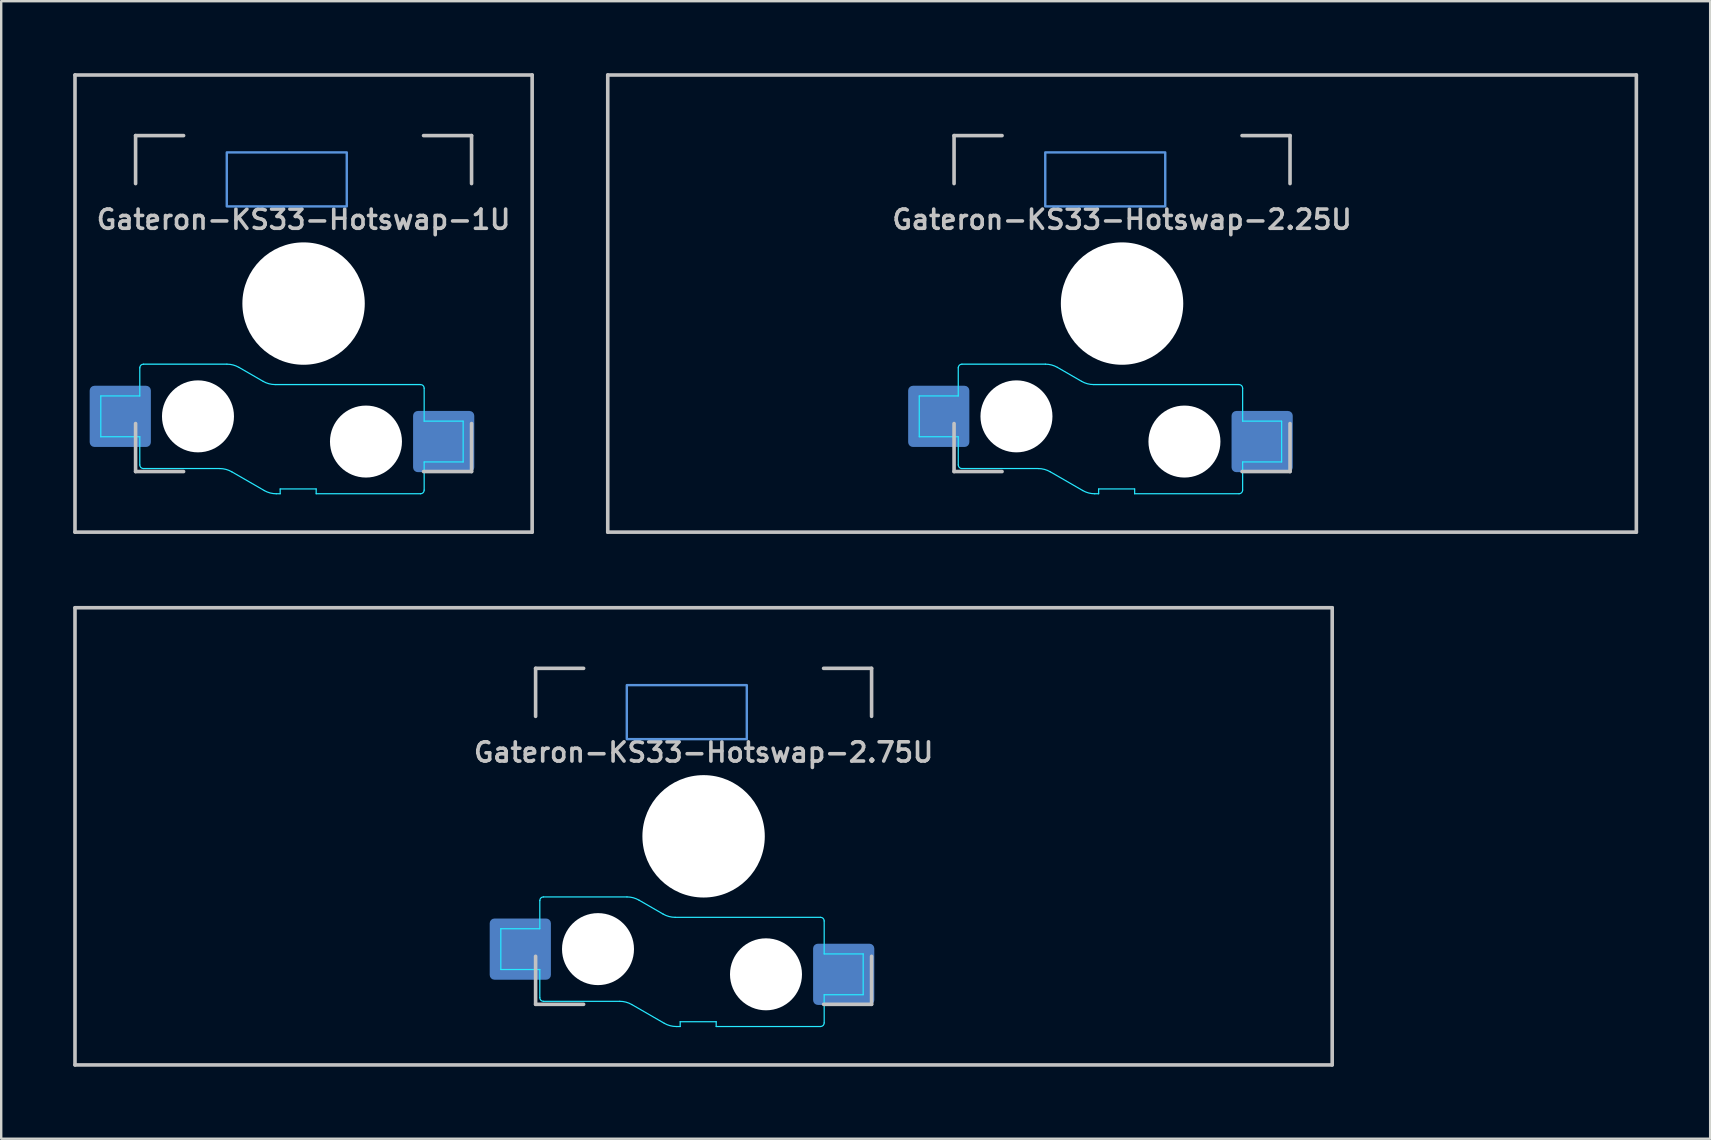
<source format=kicad_pcb>
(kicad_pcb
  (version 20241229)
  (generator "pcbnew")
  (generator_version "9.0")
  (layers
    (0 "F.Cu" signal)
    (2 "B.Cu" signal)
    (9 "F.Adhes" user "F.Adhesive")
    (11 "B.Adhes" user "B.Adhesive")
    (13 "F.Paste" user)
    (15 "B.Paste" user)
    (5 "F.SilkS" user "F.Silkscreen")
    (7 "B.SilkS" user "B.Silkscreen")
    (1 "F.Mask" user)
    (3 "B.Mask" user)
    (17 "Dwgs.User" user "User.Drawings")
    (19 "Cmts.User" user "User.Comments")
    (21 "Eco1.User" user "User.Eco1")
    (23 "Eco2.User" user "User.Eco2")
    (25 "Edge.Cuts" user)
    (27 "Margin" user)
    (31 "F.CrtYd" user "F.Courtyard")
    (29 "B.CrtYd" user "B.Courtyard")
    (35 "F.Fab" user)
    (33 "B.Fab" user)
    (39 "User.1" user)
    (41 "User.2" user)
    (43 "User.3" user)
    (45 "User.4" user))
  (footprint "Gateron-KS33-Hotswap-2.75U"
    (layer "F.Cu")
    (at 26.269 31.8)
    (property "Reference" "Gateron-KS33-Hotswap-2.75U" (at 0 -3.5 0) (layer "Dwgs.User") (effects (font (size 0.8 0.8) (thickness 0.15))))
    (attr smd)
    (fp_line (start -26.194 9.525) (end -26.194 -9.525) (stroke (width 0.15) (type solid)) (layer "Dwgs.User"))
    (fp_line (start -7 -7) (end -7 -5) (stroke (width 0.15) (type solid)) (layer "Dwgs.User"))
    (fp_line (start -7 5) (end -7 7) (stroke (width 0.15) (type solid)) (layer "Dwgs.User"))
    (fp_line (start -7 7) (end -5 7) (stroke (width 0.15) (type solid)) (layer "Dwgs.User"))
    (fp_line (start -5 -7) (end -7 -7) (stroke (width 0.15) (type solid)) (layer "Dwgs.User"))
    (fp_line (start 5 -7) (end 7 -7) (stroke (width 0.15) (type solid)) (layer "Dwgs.User"))
    (fp_line (start 5 7) (end 7 7) (stroke (width 0.15) (type solid)) (layer "Dwgs.User"))
    (fp_line (start 7 -7) (end 7 -5) (stroke (width 0.15) (type solid)) (layer "Dwgs.User"))
    (fp_line (start 7 7) (end 7 5) (stroke (width 0.15) (type solid)) (layer "Dwgs.User"))
    (fp_line (start 26.194 -9.525) (end -26.194 -9.525) (stroke (width 0.15) (type solid)) (layer "Dwgs.User"))
    (fp_line (start 26.194 9.525) (end -26.194 9.525) (stroke (width 0.15) (type solid)) (layer "Dwgs.User"))
    (fp_line (start 26.194 9.525) (end 26.194 -9.525) (stroke (width 0.15) (type solid)) (layer "Dwgs.User"))
    (fp_rect (start -3.2 -6.3) (end 1.8 -4.05) (stroke (width 0.1) (type default)) (fill no) (layer "Cmts.User"))
    (fp_line (start -8.45 3.85) (end -8.45 5.55) (stroke (width 0.05) (type solid)) (layer "B.CrtYd"))
    (fp_line (start -8.45 5.55) (end -6.825 5.55) (stroke (width 0.05) (type solid)) (layer "B.CrtYd"))
    (fp_line (start -6.825 2.675) (end -6.825 3.85) (stroke (width 0.05) (type solid)) (layer "B.CrtYd"))
    (fp_line (start -6.825 3.85) (end -8.45 3.85) (stroke (width 0.05) (type solid)) (layer "B.CrtYd"))
    (fp_line (start -6.825 5.55) (end -6.825 6.725) (stroke (width 0.05) (type solid)) (layer "B.CrtYd"))
    (fp_line (start -6.675 6.875) (end -3.493 6.875) (stroke (width 0.05) (type solid)) (layer "B.CrtYd"))
    (fp_line (start -3.193 2.525) (end -6.675 2.525) (stroke (width 0.05) (type solid)) (layer "B.CrtYd"))
    (fp_line (start -2.993 7.009) (end -1.638 7.791) (stroke (width 0.05) (type solid)) (layer "B.CrtYd"))
    (fp_line (start -1.685 3.241) (end -2.693 2.659) (stroke (width 0.05) (type solid)) (layer "B.CrtYd"))
    (fp_line (start -1.138 7.925) (end -0.975 7.925) (stroke (width 0.05) (type solid)) (layer "B.CrtYd"))
    (fp_line (start -0.975 7.725) (end 0.525 7.725) (stroke (width 0.05) (type solid)) (layer "B.CrtYd"))
    (fp_line (start -0.975 7.925) (end -0.975 7.725) (stroke (width 0.05) (type solid)) (layer "B.CrtYd"))
    (fp_line (start 0.525 7.725) (end 0.525 7.925) (stroke (width 0.05) (type solid)) (layer "B.CrtYd"))
    (fp_line (start 0.525 7.925) (end 4.875 7.925) (stroke (width 0.05) (type solid)) (layer "B.CrtYd"))
    (fp_line (start 4.875 3.375) (end -1.185 3.375) (stroke (width 0.05) (type solid)) (layer "B.CrtYd"))
    (fp_line (start 5.025 4.9) (end 5.025 3.525) (stroke (width 0.05) (type solid)) (layer "B.CrtYd"))
    (fp_line (start 5.025 6.6) (end 6.65 6.6) (stroke (width 0.05) (type solid)) (layer "B.CrtYd"))
    (fp_line (start 5.025 7.775) (end 5.025 6.6) (stroke (width 0.05) (type solid)) (layer "B.CrtYd"))
    (fp_line (start 6.65 4.9) (end 5.025 4.9) (stroke (width 0.05) (type solid)) (layer "B.CrtYd"))
    (fp_line (start 6.65 6.6) (end 6.65 4.9) (stroke (width 0.05) (type solid)) (layer "B.CrtYd"))
    (fp_arc (start -6.825 2.675) (mid -6.781066 2.568934) (end -6.675 2.525) (stroke (width 0.05) (type solid)) (layer "B.CrtYd"))
    (fp_arc (start -6.675 6.875) (mid -6.781066 6.831066) (end -6.825 6.725) (stroke (width 0.05) (type solid)) (layer "B.CrtYd"))
    (fp_arc (start -3.492949 6.875) (mid -3.23413 6.909074) (end -2.992949 7.008975) (stroke (width 0.05) (type solid)) (layer "B.CrtYd"))
    (fp_arc (start -3.192949 2.525) (mid -2.93413 2.559074) (end -2.692949 2.658975) (stroke (width 0.05) (type solid)) (layer "B.CrtYd"))
    (fp_arc (start -1.184808 3.375) (mid -1.443627 3.340926) (end -1.684808 3.241025) (stroke (width 0.05) (type solid)) (layer "B.CrtYd"))
    (fp_arc (start -1.138397 7.925) (mid -1.397216 7.890926) (end -1.638397 7.791025) (stroke (width 0.05) (type solid)) (layer "B.CrtYd"))
    (fp_arc (start 4.875 3.375) (mid 4.981066 3.418934) (end 5.025 3.525) (stroke (width 0.05) (type solid)) (layer "B.CrtYd"))
    (fp_arc (start 5.025 7.775) (mid 4.981066 7.881066) (end 4.875 7.925) (stroke (width 0.05) (type solid)) (layer "B.CrtYd"))
    (pad "" np_thru_hole circle (at -4.4 4.7 180) (size 3 3) (drill 3) (layers "*.Cu" "*.Mask"))
    (pad "" np_thru_hole circle (at 0 0 180) (size 5.1 5.1) (drill 5.1) (layers "*.Cu" "*.Mask"))
    (pad "" np_thru_hole circle (at 2.6 5.75 180) (size 3 3) (drill 3) (layers "*.Cu" "*.Mask"))
    (pad "1" smd roundrect (at -7.638 4.7 180) (size 2.55 2.55) (layers "B.Cu" "B.Mask" "B.Paste") (roundrect_rratio 0.078))
    (pad "2" smd roundrect (at 5.838 5.75 180) (size 2.55 2.55) (layers "B.Cu" "B.Mask" "B.Paste") (roundrect_rratio 0.078)))
  (footprint "Gateron-KS33-Hotswap-2.25U"
    (layer "F.Cu")
    (at 43.706 9.6)
    (property "Reference" "Gateron-KS33-Hotswap-2.25U" (at 0 -3.5 0) (layer "Dwgs.User") (effects (font (size 0.8 0.8) (thickness 0.15))))
    (attr smd)
    (fp_line (start -21.431 9.525) (end -21.431 -9.525) (stroke (width 0.15) (type solid)) (layer "Dwgs.User"))
    (fp_line (start -7 -7) (end -7 -5) (stroke (width 0.15) (type solid)) (layer "Dwgs.User"))
    (fp_line (start -7 5) (end -7 7) (stroke (width 0.15) (type solid)) (layer "Dwgs.User"))
    (fp_line (start -7 7) (end -5 7) (stroke (width 0.15) (type solid)) (layer "Dwgs.User"))
    (fp_line (start -5 -7) (end -7 -7) (stroke (width 0.15) (type solid)) (layer "Dwgs.User"))
    (fp_line (start 5 -7) (end 7 -7) (stroke (width 0.15) (type solid)) (layer "Dwgs.User"))
    (fp_line (start 5 7) (end 7 7) (stroke (width 0.15) (type solid)) (layer "Dwgs.User"))
    (fp_line (start 7 -7) (end 7 -5) (stroke (width 0.15) (type solid)) (layer "Dwgs.User"))
    (fp_line (start 7 7) (end 7 5) (stroke (width 0.15) (type solid)) (layer "Dwgs.User"))
    (fp_line (start 21.431 -9.525) (end -21.431 -9.525) (stroke (width 0.15) (type solid)) (layer "Dwgs.User"))
    (fp_line (start 21.431 9.525) (end -21.431 9.525) (stroke (width 0.15) (type solid)) (layer "Dwgs.User"))
    (fp_line (start 21.431 9.525) (end 21.431 -9.525) (stroke (width 0.15) (type solid)) (layer "Dwgs.User"))
    (fp_rect (start -3.2 -6.3) (end 1.8 -4.05) (stroke (width 0.1) (type default)) (fill no) (layer "Cmts.User"))
    (fp_line (start -8.45 3.85) (end -8.45 5.55) (stroke (width 0.05) (type solid)) (layer "B.CrtYd"))
    (fp_line (start -8.45 5.55) (end -6.825 5.55) (stroke (width 0.05) (type solid)) (layer "B.CrtYd"))
    (fp_line (start -6.825 2.675) (end -6.825 3.85) (stroke (width 0.05) (type solid)) (layer "B.CrtYd"))
    (fp_line (start -6.825 3.85) (end -8.45 3.85) (stroke (width 0.05) (type solid)) (layer "B.CrtYd"))
    (fp_line (start -6.825 5.55) (end -6.825 6.725) (stroke (width 0.05) (type solid)) (layer "B.CrtYd"))
    (fp_line (start -6.675 6.875) (end -3.493 6.875) (stroke (width 0.05) (type solid)) (layer "B.CrtYd"))
    (fp_line (start -3.193 2.525) (end -6.675 2.525) (stroke (width 0.05) (type solid)) (layer "B.CrtYd"))
    (fp_line (start -2.993 7.009) (end -1.638 7.791) (stroke (width 0.05) (type solid)) (layer "B.CrtYd"))
    (fp_line (start -1.685 3.241) (end -2.693 2.659) (stroke (width 0.05) (type solid)) (layer "B.CrtYd"))
    (fp_line (start -1.138 7.925) (end -0.975 7.925) (stroke (width 0.05) (type solid)) (layer "B.CrtYd"))
    (fp_line (start -0.975 7.725) (end 0.525 7.725) (stroke (width 0.05) (type solid)) (layer "B.CrtYd"))
    (fp_line (start -0.975 7.925) (end -0.975 7.725) (stroke (width 0.05) (type solid)) (layer "B.CrtYd"))
    (fp_line (start 0.525 7.725) (end 0.525 7.925) (stroke (width 0.05) (type solid)) (layer "B.CrtYd"))
    (fp_line (start 0.525 7.925) (end 4.875 7.925) (stroke (width 0.05) (type solid)) (layer "B.CrtYd"))
    (fp_line (start 4.875 3.375) (end -1.185 3.375) (stroke (width 0.05) (type solid)) (layer "B.CrtYd"))
    (fp_line (start 5.025 4.9) (end 5.025 3.525) (stroke (width 0.05) (type solid)) (layer "B.CrtYd"))
    (fp_line (start 5.025 6.6) (end 6.65 6.6) (stroke (width 0.05) (type solid)) (layer "B.CrtYd"))
    (fp_line (start 5.025 7.775) (end 5.025 6.6) (stroke (width 0.05) (type solid)) (layer "B.CrtYd"))
    (fp_line (start 6.65 4.9) (end 5.025 4.9) (stroke (width 0.05) (type solid)) (layer "B.CrtYd"))
    (fp_line (start 6.65 6.6) (end 6.65 4.9) (stroke (width 0.05) (type solid)) (layer "B.CrtYd"))
    (fp_arc (start -6.825 2.675) (mid -6.781066 2.568934) (end -6.675 2.525) (stroke (width 0.05) (type solid)) (layer "B.CrtYd"))
    (fp_arc (start -6.675 6.875) (mid -6.781066 6.831066) (end -6.825 6.725) (stroke (width 0.05) (type solid)) (layer "B.CrtYd"))
    (fp_arc (start -3.492949 6.875) (mid -3.23413 6.909074) (end -2.992949 7.008975) (stroke (width 0.05) (type solid)) (layer "B.CrtYd"))
    (fp_arc (start -3.192949 2.525) (mid -2.93413 2.559074) (end -2.692949 2.658975) (stroke (width 0.05) (type solid)) (layer "B.CrtYd"))
    (fp_arc (start -1.184808 3.375) (mid -1.443627 3.340926) (end -1.684808 3.241025) (stroke (width 0.05) (type solid)) (layer "B.CrtYd"))
    (fp_arc (start -1.138397 7.925) (mid -1.397216 7.890926) (end -1.638397 7.791025) (stroke (width 0.05) (type solid)) (layer "B.CrtYd"))
    (fp_arc (start 4.875 3.375) (mid 4.981066 3.418934) (end 5.025 3.525) (stroke (width 0.05) (type solid)) (layer "B.CrtYd"))
    (fp_arc (start 5.025 7.775) (mid 4.981066 7.881066) (end 4.875 7.925) (stroke (width 0.05) (type solid)) (layer "B.CrtYd"))
    (pad "" np_thru_hole circle (at -4.4 4.7 180) (size 3 3) (drill 3) (layers "*.Cu" "*.Mask"))
    (pad "" np_thru_hole circle (at 0 0 180) (size 5.1 5.1) (drill 5.1) (layers "*.Cu" "*.Mask"))
    (pad "" np_thru_hole circle (at 2.6 5.75 180) (size 3 3) (drill 3) (layers "*.Cu" "*.Mask"))
    (pad "1" smd roundrect (at -7.638 4.7 180) (size 2.55 2.55) (layers "B.Cu" "B.Mask" "B.Paste") (roundrect_rratio 0.078))
    (pad "2" smd roundrect (at 5.838 5.75 180) (size 2.55 2.55) (layers "B.Cu" "B.Mask" "B.Paste") (roundrect_rratio 0.078)))
  (footprint "Gateron-KS33-Hotswap-1U"
    (layer "F.Cu")
    (at 9.6 9.6)
    (property "Reference" "Gateron-KS33-Hotswap-1U" (at 0 -3.5 0) (layer "Dwgs.User") (effects (font (size 0.8 0.8) (thickness 0.15))))
    (attr smd)
    (fp_line (start -9.525 9.525) (end -9.525 -9.525) (stroke (width 0.15) (type solid)) (layer "Dwgs.User"))
    (fp_line (start -7 -7) (end -7 -5) (stroke (width 0.15) (type solid)) (layer "Dwgs.User"))
    (fp_line (start -7 5) (end -7 7) (stroke (width 0.15) (type solid)) (layer "Dwgs.User"))
    (fp_line (start -7 7) (end -5 7) (stroke (width 0.15) (type solid)) (layer "Dwgs.User"))
    (fp_line (start -5 -7) (end -7 -7) (stroke (width 0.15) (type solid)) (layer "Dwgs.User"))
    (fp_line (start 5 -7) (end 7 -7) (stroke (width 0.15) (type solid)) (layer "Dwgs.User"))
    (fp_line (start 5 7) (end 7 7) (stroke (width 0.15) (type solid)) (layer "Dwgs.User"))
    (fp_line (start 7 -7) (end 7 -5) (stroke (width 0.15) (type solid)) (layer "Dwgs.User"))
    (fp_line (start 7 7) (end 7 5) (stroke (width 0.15) (type solid)) (layer "Dwgs.User"))
    (fp_line (start 9.525 -9.525) (end -9.525 -9.525) (stroke (width 0.15) (type solid)) (layer "Dwgs.User"))
    (fp_line (start 9.525 9.525) (end -9.525 9.525) (stroke (width 0.15) (type solid)) (layer "Dwgs.User"))
    (fp_line (start 9.525 9.525) (end 9.525 -9.525) (stroke (width 0.15) (type solid)) (layer "Dwgs.User"))
    (fp_rect (start -3.2 -6.3) (end 1.8 -4.05) (stroke (width 0.1) (type default)) (fill no) (layer "Cmts.User"))
    (fp_line (start -8.45 3.85) (end -8.45 5.55) (stroke (width 0.05) (type solid)) (layer "B.CrtYd"))
    (fp_line (start -8.45 5.55) (end -6.825 5.55) (stroke (width 0.05) (type solid)) (layer "B.CrtYd"))
    (fp_line (start -6.825 2.675) (end -6.825 3.85) (stroke (width 0.05) (type solid)) (layer "B.CrtYd"))
    (fp_line (start -6.825 3.85) (end -8.45 3.85) (stroke (width 0.05) (type solid)) (layer "B.CrtYd"))
    (fp_line (start -6.825 5.55) (end -6.825 6.725) (stroke (width 0.05) (type solid)) (layer "B.CrtYd"))
    (fp_line (start -6.675 6.875) (end -3.493 6.875) (stroke (width 0.05) (type solid)) (layer "B.CrtYd"))
    (fp_line (start -3.193 2.525) (end -6.675 2.525) (stroke (width 0.05) (type solid)) (layer "B.CrtYd"))
    (fp_line (start -2.993 7.009) (end -1.638 7.791) (stroke (width 0.05) (type solid)) (layer "B.CrtYd"))
    (fp_line (start -1.685 3.241) (end -2.693 2.659) (stroke (width 0.05) (type solid)) (layer "B.CrtYd"))
    (fp_line (start -1.138 7.925) (end -0.975 7.925) (stroke (width 0.05) (type solid)) (layer "B.CrtYd"))
    (fp_line (start -0.975 7.725) (end 0.525 7.725) (stroke (width 0.05) (type solid)) (layer "B.CrtYd"))
    (fp_line (start -0.975 7.925) (end -0.975 7.725) (stroke (width 0.05) (type solid)) (layer "B.CrtYd"))
    (fp_line (start 0.525 7.725) (end 0.525 7.925) (stroke (width 0.05) (type solid)) (layer "B.CrtYd"))
    (fp_line (start 0.525 7.925) (end 4.875 7.925) (stroke (width 0.05) (type solid)) (layer "B.CrtYd"))
    (fp_line (start 4.875 3.375) (end -1.185 3.375) (stroke (width 0.05) (type solid)) (layer "B.CrtYd"))
    (fp_line (start 5.025 4.9) (end 5.025 3.525) (stroke (width 0.05) (type solid)) (layer "B.CrtYd"))
    (fp_line (start 5.025 6.6) (end 6.65 6.6) (stroke (width 0.05) (type solid)) (layer "B.CrtYd"))
    (fp_line (start 5.025 7.775) (end 5.025 6.6) (stroke (width 0.05) (type solid)) (layer "B.CrtYd"))
    (fp_line (start 6.65 4.9) (end 5.025 4.9) (stroke (width 0.05) (type solid)) (layer "B.CrtYd"))
    (fp_line (start 6.65 6.6) (end 6.65 4.9) (stroke (width 0.05) (type solid)) (layer "B.CrtYd"))
    (fp_arc (start -6.825 2.675) (mid -6.781066 2.568934) (end -6.675 2.525) (stroke (width 0.05) (type solid)) (layer "B.CrtYd"))
    (fp_arc (start -6.675 6.875) (mid -6.781066 6.831066) (end -6.825 6.725) (stroke (width 0.05) (type solid)) (layer "B.CrtYd"))
    (fp_arc (start -3.492949 6.875) (mid -3.23413 6.909074) (end -2.992949 7.008975) (stroke (width 0.05) (type solid)) (layer "B.CrtYd"))
    (fp_arc (start -3.192949 2.525) (mid -2.93413 2.559074) (end -2.692949 2.658975) (stroke (width 0.05) (type solid)) (layer "B.CrtYd"))
    (fp_arc (start -1.184808 3.375) (mid -1.443627 3.340926) (end -1.684808 3.241025) (stroke (width 0.05) (type solid)) (layer "B.CrtYd"))
    (fp_arc (start -1.138397 7.925) (mid -1.397216 7.890926) (end -1.638397 7.791025) (stroke (width 0.05) (type solid)) (layer "B.CrtYd"))
    (fp_arc (start 4.875 3.375) (mid 4.981066 3.418934) (end 5.025 3.525) (stroke (width 0.05) (type solid)) (layer "B.CrtYd"))
    (fp_arc (start 5.025 7.775) (mid 4.981066 7.881066) (end 4.875 7.925) (stroke (width 0.05) (type solid)) (layer "B.CrtYd"))
    (pad "" np_thru_hole circle (at -4.4 4.7 180) (size 3 3) (drill 3) (layers "*.Cu" "*.Mask"))
    (pad "" np_thru_hole circle (at 0 0 180) (size 5.1 5.1) (drill 5.1) (layers "*.Cu" "*.Mask"))
    (pad "" np_thru_hole circle (at 2.6 5.75 180) (size 3 3) (drill 3) (layers "*.Cu" "*.Mask"))
    (pad "1" smd roundrect (at -7.638 4.7 180) (size 2.55 2.55) (layers "B.Cu" "B.Mask" "B.Paste") (roundrect_rratio 0.078))
    (pad "2" smd roundrect (at 5.838 5.75 180) (size 2.55 2.55) (layers "B.Cu" "B.Mask" "B.Paste") (roundrect_rratio 0.078)))
  (gr_rect
    (start -3 -3)
    (end 68.213 44.4)
    (stroke (width 0.1) (type default))
    (fill no)
    (layer "Edge.Cuts")))
</source>
